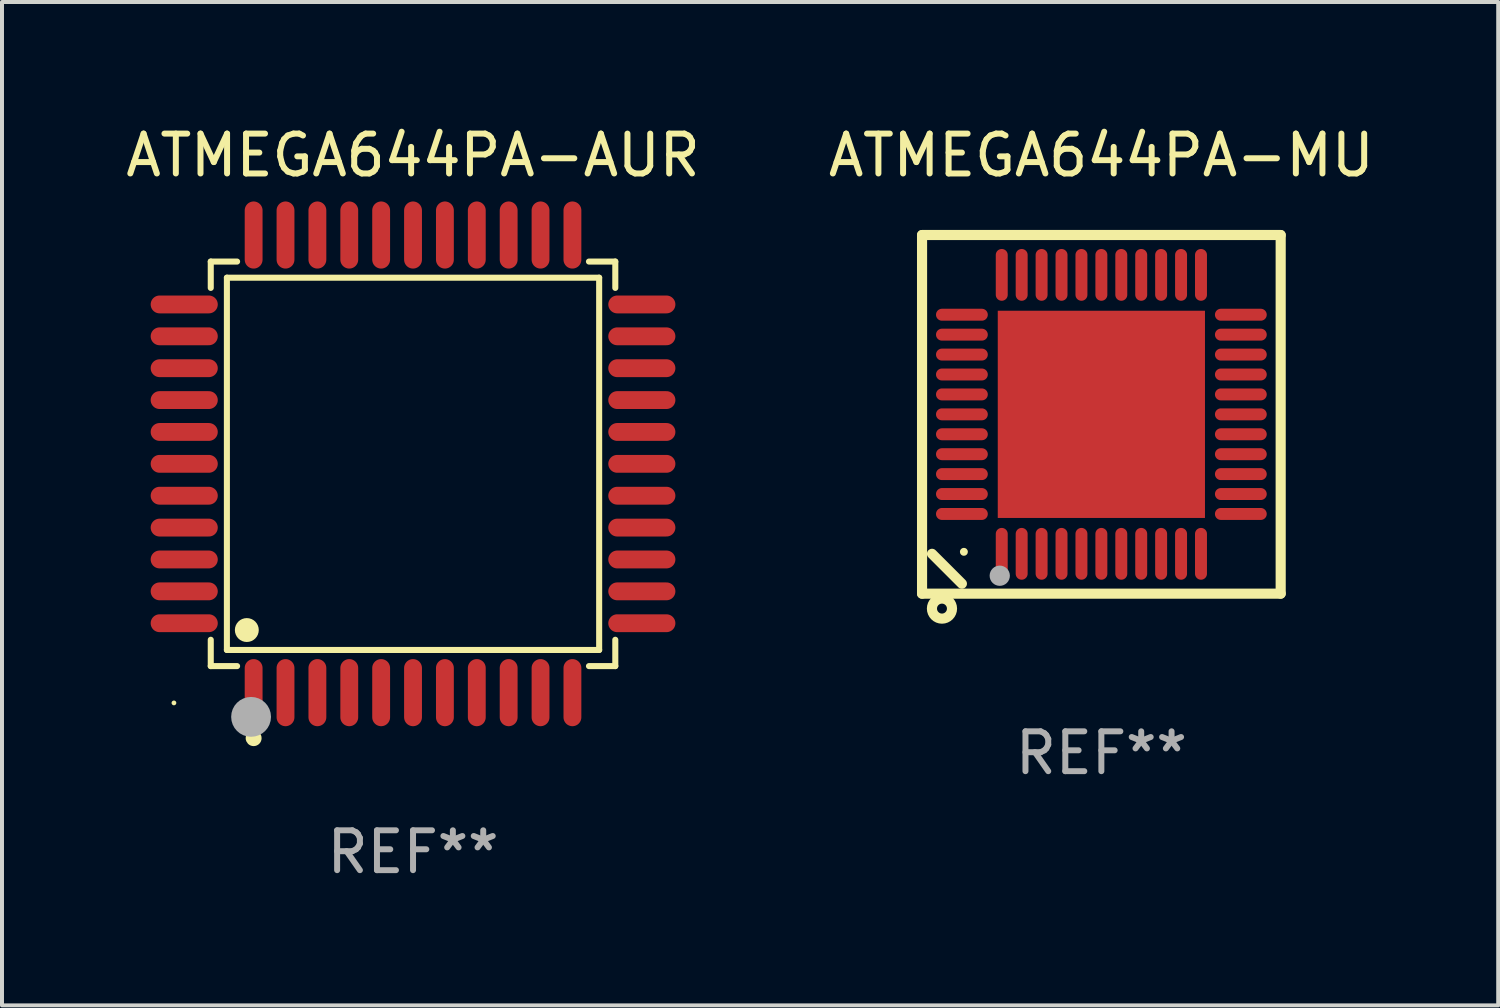
<source format=kicad_pcb>
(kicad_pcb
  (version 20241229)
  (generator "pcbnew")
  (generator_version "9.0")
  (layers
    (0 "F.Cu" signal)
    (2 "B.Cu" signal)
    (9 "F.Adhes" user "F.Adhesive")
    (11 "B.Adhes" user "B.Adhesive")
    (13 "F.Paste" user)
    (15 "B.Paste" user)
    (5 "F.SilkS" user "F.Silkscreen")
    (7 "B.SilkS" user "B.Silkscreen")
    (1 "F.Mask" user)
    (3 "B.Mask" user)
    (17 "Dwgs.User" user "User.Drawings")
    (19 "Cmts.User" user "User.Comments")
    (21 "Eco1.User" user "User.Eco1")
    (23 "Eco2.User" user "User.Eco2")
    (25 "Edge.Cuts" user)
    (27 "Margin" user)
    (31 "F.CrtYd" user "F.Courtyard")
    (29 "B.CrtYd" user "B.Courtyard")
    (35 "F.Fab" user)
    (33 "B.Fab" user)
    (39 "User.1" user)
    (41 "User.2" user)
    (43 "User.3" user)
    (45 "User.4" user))
  (footprint "ATMEGA644PA-MU"
    (layer "F.Cu")
    (at 24.589 7.348)
    (property "Reference" "ATMEGA644PA-MU" (at 0 -6.5 0) (layer "F.SilkS") (effects (font (size 1 1) (thickness 0.15))))
    (attr through_hole)
    (fp_line (start -4.5 -4.5) (end -4.5 4.5) (stroke (width 0.254) (type solid)) (layer "F.SilkS"))
    (fp_line (start -4.5 4.5) (end 4.5 4.5) (stroke (width 0.254) (type solid)) (layer "F.SilkS"))
    (fp_line (start -3.5 4.25) (end -4.25 3.5) (stroke (width 0.254) (type solid)) (layer "F.SilkS"))
    (fp_line (start 4.5 -4.5) (end -4.5 -4.5) (stroke (width 0.254) (type solid)) (layer "F.SilkS"))
    (fp_line (start 4.5 4.5) (end 4.5 -4.5) (stroke (width 0.254) (type solid)) (layer "F.SilkS"))
    (fp_circle (center -4 4.875) (end -3.875 4.875) (stroke (width 0.254) (type solid)) (fill no) (layer "F.SilkS"))
    (fp_circle (center -3.45 3.45) (end -3.4 3.45) (stroke (width 0.1) (type solid)) (fill no) (layer "F.SilkS"))
    (fp_circle (center -2.55 4.05) (end -2.423 4.05) (stroke (width 0.254) (type solid)) (fill no) (layer "F.Fab"))
    (fp_text user "REF**" (at 0 8.5 0) (layer "F.Fab") (effects (font (size 1 1) (thickness 0.15))))
    (pad "1" smd oval (at -2.5 3.5 90) (size 1.3 0.3) (layers "F.Cu" "F.Mask" "F.Paste"))
    (pad "2" smd oval (at -2 3.5 90) (size 1.3 0.3) (layers "F.Cu" "F.Mask" "F.Paste"))
    (pad "3" smd oval (at -1.5 3.5 90) (size 1.3 0.3) (layers "F.Cu" "F.Mask" "F.Paste"))
    (pad "4" smd oval (at -1 3.5 90) (size 1.3 0.3) (layers "F.Cu" "F.Mask" "F.Paste"))
    (pad "5" smd oval (at -0.5 3.5 90) (size 1.3 0.3) (layers "F.Cu" "F.Mask" "F.Paste"))
    (pad "6" smd oval (at 0.000025 3.5 90) (size 1.3 0.3) (layers "F.Cu" "F.Mask" "F.Paste"))
    (pad "7" smd oval (at 0.5 3.5 90) (size 1.3 0.3) (layers "F.Cu" "F.Mask" "F.Paste"))
    (pad "8" smd oval (at 1 3.5 90) (size 1.3 0.3) (layers "F.Cu" "F.Mask" "F.Paste"))
    (pad "9" smd oval (at 1.5 3.5 90) (size 1.3 0.3) (layers "F.Cu" "F.Mask" "F.Paste"))
    (pad "10" smd oval (at 2 3.5 90) (size 1.3 0.3) (layers "F.Cu" "F.Mask" "F.Paste"))
    (pad "11" smd oval (at 2.5 3.5 90) (size 1.3 0.3) (layers "F.Cu" "F.Mask" "F.Paste"))
    (pad "12" smd oval (at 3.5 2.5 90) (size 0.3 1.3) (layers "F.Cu" "F.Mask" "F.Paste"))
    (pad "13" smd oval (at 3.5 2 90) (size 0.3 1.3) (layers "F.Cu" "F.Mask" "F.Paste"))
    (pad "14" smd oval (at 3.5 1.5 90) (size 0.3 1.3) (layers "F.Cu" "F.Mask" "F.Paste"))
    (pad "15" smd oval (at 3.5 1 90) (size 0.3 1.3) (layers "F.Cu" "F.Mask" "F.Paste"))
    (pad "16" smd oval (at 3.5 0.5 90) (size 0.3 1.3) (layers "F.Cu" "F.Mask" "F.Paste"))
    (pad "17" smd oval (at 3.5 0.000025 90) (size 0.3 1.3) (layers "F.Cu" "F.Mask" "F.Paste"))
    (pad "18" smd oval (at 3.5 -0.5 90) (size 0.3 1.3) (layers "F.Cu" "F.Mask" "F.Paste"))
    (pad "19" smd oval (at 3.5 -1 90) (size 0.3 1.3) (layers "F.Cu" "F.Mask" "F.Paste"))
    (pad "20" smd oval (at 3.5 -1.5 90) (size 0.3 1.3) (layers "F.Cu" "F.Mask" "F.Paste"))
    (pad "21" smd oval (at 3.5 -2 90) (size 0.3 1.3) (layers "F.Cu" "F.Mask" "F.Paste"))
    (pad "22" smd oval (at 3.5 -2.5 90) (size 0.3 1.3) (layers "F.Cu" "F.Mask" "F.Paste"))
    (pad "23" smd oval (at 2.5 -3.5 90) (size 1.3 0.3) (layers "F.Cu" "F.Mask" "F.Paste"))
    (pad "24" smd oval (at 2 -3.5 90) (size 1.3 0.3) (layers "F.Cu" "F.Mask" "F.Paste"))
    (pad "25" smd oval (at 1.5 -3.5 90) (size 1.3 0.3) (layers "F.Cu" "F.Mask" "F.Paste"))
    (pad "26" smd oval (at 1 -3.5 90) (size 1.3 0.3) (layers "F.Cu" "F.Mask" "F.Paste"))
    (pad "27" smd oval (at 0.5 -3.5 90) (size 1.3 0.3) (layers "F.Cu" "F.Mask" "F.Paste"))
    (pad "28" smd oval (at 0.000025 -3.5 90) (size 1.3 0.3) (layers "F.Cu" "F.Mask" "F.Paste"))
    (pad "29" smd oval (at -0.5 -3.5 90) (size 1.3 0.3) (layers "F.Cu" "F.Mask" "F.Paste"))
    (pad "30" smd oval (at -1 -3.5 90) (size 1.3 0.3) (layers "F.Cu" "F.Mask" "F.Paste"))
    (pad "31" smd oval (at -1.5 -3.5 90) (size 1.3 0.3) (layers "F.Cu" "F.Mask" "F.Paste"))
    (pad "32" smd oval (at -2 -3.5 90) (size 1.3 0.3) (layers "F.Cu" "F.Mask" "F.Paste"))
    (pad "33" smd oval (at -2.5 -3.5 90) (size 1.3 0.3) (layers "F.Cu" "F.Mask" "F.Paste"))
    (pad "34" smd oval (at -3.5 -2.5 90) (size 0.3 1.3) (layers "F.Cu" "F.Mask" "F.Paste"))
    (pad "35" smd oval (at -3.5 -2 90) (size 0.3 1.3) (layers "F.Cu" "F.Mask" "F.Paste"))
    (pad "36" smd oval (at -3.5 -1.5 90) (size 0.3 1.3) (layers "F.Cu" "F.Mask" "F.Paste"))
    (pad "37" smd oval (at -3.5 -1 90) (size 0.3 1.3) (layers "F.Cu" "F.Mask" "F.Paste"))
    (pad "38" smd oval (at -3.5 -0.5 90) (size 0.3 1.3) (layers "F.Cu" "F.Mask" "F.Paste"))
    (pad "39" smd oval (at -3.5 0.000025 90) (size 0.3 1.3) (layers "F.Cu" "F.Mask" "F.Paste"))
    (pad "40" smd oval (at -3.5 0.5 90) (size 0.3 1.3) (layers "F.Cu" "F.Mask" "F.Paste"))
    (pad "41" smd oval (at -3.5 1 90) (size 0.3 1.3) (layers "F.Cu" "F.Mask" "F.Paste"))
    (pad "42" smd oval (at -3.5 1.5 90) (size 0.3 1.3) (layers "F.Cu" "F.Mask" "F.Paste"))
    (pad "43" smd oval (at -3.5 2 90) (size 0.3 1.3) (layers "F.Cu" "F.Mask" "F.Paste"))
    (pad "44" smd oval (at -3.5 2.5 90) (size 0.3 1.3) (layers "F.Cu" "F.Mask" "F.Paste"))
    (pad "45" smd rect (at 0.000025 0.000025 90) (size 5.2 5.2) (layers "F.Cu" "F.Mask" "F.Paste")))
  (footprint "ATMEGA644PA-AUR"
    (layer "F.Cu")
    (at 7.315 8.59)
    (property "Reference" "ATMEGA644PA-AUR" (at 0 -7.742 0) (layer "F.SilkS") (effects (font (size 1 1) (thickness 0.15))))
    (attr through_hole)
    (fp_line (start -5.076 -5.076) (end -4.415 -5.076) (stroke (width 0.152) (type solid)) (layer "F.SilkS"))
    (fp_line (start -5.076 -4.415) (end -5.076 -5.076) (stroke (width 0.152) (type solid)) (layer "F.SilkS"))
    (fp_line (start -5.076 4.415) (end -5.076 5.076) (stroke (width 0.152) (type solid)) (layer "F.SilkS"))
    (fp_line (start -5.076 5.076) (end -4.415 5.076) (stroke (width 0.152) (type solid)) (layer "F.SilkS"))
    (fp_line (start -4.671 -4.671) (end 4.671 -4.671) (stroke (width 0.152) (type solid)) (layer "F.SilkS"))
    (fp_line (start -4.671 4.671) (end -4.671 -4.671) (stroke (width 0.152) (type solid)) (layer "F.SilkS"))
    (fp_line (start 4.671 -4.671) (end 4.671 4.671) (stroke (width 0.152) (type solid)) (layer "F.SilkS"))
    (fp_line (start 4.671 4.671) (end -4.671 4.671) (stroke (width 0.152) (type solid)) (layer "F.SilkS"))
    (fp_line (start 5.076 -5.076) (end 4.415 -5.076) (stroke (width 0.152) (type solid)) (layer "F.SilkS"))
    (fp_line (start 5.076 -4.415) (end 5.076 -5.076) (stroke (width 0.152) (type solid)) (layer "F.SilkS"))
    (fp_line (start 5.076 4.415) (end 5.076 5.076) (stroke (width 0.152) (type solid)) (layer "F.SilkS"))
    (fp_line (start 5.076 5.076) (end 4.415 5.076) (stroke (width 0.152) (type solid)) (layer "F.SilkS"))
    (fp_circle (center -6 6) (end -5.97 6) (stroke (width 0.06) (type solid)) (fill no) (layer "F.SilkS"))
    (fp_circle (center -4.171 4.171) (end -4.021 4.171) (stroke (width 0.3) (type solid)) (fill no) (layer "F.SilkS"))
    (fp_circle (center -4 6.884) (end -3.9 6.884) (stroke (width 0.2) (type solid)) (fill no) (layer "F.SilkS"))
    (fp_circle (center -4.064 6.35) (end -3.814 6.35) (stroke (width 0.5) (type solid)) (fill no) (layer "F.Fab"))
    (fp_text user "REF**" (at 0 9.742 0) (layer "F.Fab") (effects (font (size 1 1) (thickness 0.15))))
    (pad "1" smd oval (at -4 5.742) (size 0.448 1.684) (layers "F.Cu" "F.Mask" "F.Paste"))
    (pad "2" smd oval (at -3.2 5.742) (size 0.448 1.684) (layers "F.Cu" "F.Mask" "F.Paste"))
    (pad "3" smd oval (at -2.4 5.742) (size 0.448 1.684) (layers "F.Cu" "F.Mask" "F.Paste"))
    (pad "4" smd oval (at -1.6 5.742) (size 0.448 1.684) (layers "F.Cu" "F.Mask" "F.Paste"))
    (pad "5" smd oval (at -0.8 5.742) (size 0.448 1.684) (layers "F.Cu" "F.Mask" "F.Paste"))
    (pad "6" smd oval (at 0 5.742) (size 0.448 1.684) (layers "F.Cu" "F.Mask" "F.Paste"))
    (pad "7" smd oval (at 0.8 5.742) (size 0.448 1.684) (layers "F.Cu" "F.Mask" "F.Paste"))
    (pad "8" smd oval (at 1.6 5.742) (size 0.448 1.684) (layers "F.Cu" "F.Mask" "F.Paste"))
    (pad "9" smd oval (at 2.4 5.742) (size 0.448 1.684) (layers "F.Cu" "F.Mask" "F.Paste"))
    (pad "10" smd oval (at 3.2 5.742) (size 0.448 1.684) (layers "F.Cu" "F.Mask" "F.Paste"))
    (pad "11" smd oval (at 4 5.742) (size 0.448 1.684) (layers "F.Cu" "F.Mask" "F.Paste"))
    (pad "12" smd oval (at 5.742 4) (size 1.684 0.448) (layers "F.Cu" "F.Mask" "F.Paste"))
    (pad "13" smd oval (at 5.742 3.2) (size 1.684 0.448) (layers "F.Cu" "F.Mask" "F.Paste"))
    (pad "14" smd oval (at 5.742 2.4) (size 1.684 0.448) (layers "F.Cu" "F.Mask" "F.Paste"))
    (pad "15" smd oval (at 5.742 1.6) (size 1.684 0.448) (layers "F.Cu" "F.Mask" "F.Paste"))
    (pad "16" smd oval (at 5.742 0.8) (size 1.684 0.448) (layers "F.Cu" "F.Mask" "F.Paste"))
    (pad "17" smd oval (at 5.742 0) (size 1.684 0.448) (layers "F.Cu" "F.Mask" "F.Paste"))
    (pad "18" smd oval (at 5.742 -0.8) (size 1.684 0.448) (layers "F.Cu" "F.Mask" "F.Paste"))
    (pad "19" smd oval (at 5.742 -1.6) (size 1.684 0.448) (layers "F.Cu" "F.Mask" "F.Paste"))
    (pad "20" smd oval (at 5.742 -2.4) (size 1.684 0.448) (layers "F.Cu" "F.Mask" "F.Paste"))
    (pad "21" smd oval (at 5.742 -3.2) (size 1.684 0.448) (layers "F.Cu" "F.Mask" "F.Paste"))
    (pad "22" smd oval (at 5.742 -4) (size 1.684 0.448) (layers "F.Cu" "F.Mask" "F.Paste"))
    (pad "23" smd oval (at 4 -5.742) (size 0.448 1.684) (layers "F.Cu" "F.Mask" "F.Paste"))
    (pad "24" smd oval (at 3.2 -5.742) (size 0.448 1.684) (layers "F.Cu" "F.Mask" "F.Paste"))
    (pad "25" smd oval (at 2.4 -5.742) (size 0.448 1.684) (layers "F.Cu" "F.Mask" "F.Paste"))
    (pad "26" smd oval (at 1.6 -5.742) (size 0.448 1.684) (layers "F.Cu" "F.Mask" "F.Paste"))
    (pad "27" smd oval (at 0.8 -5.742) (size 0.448 1.684) (layers "F.Cu" "F.Mask" "F.Paste"))
    (pad "28" smd oval (at 0 -5.742) (size 0.448 1.684) (layers "F.Cu" "F.Mask" "F.Paste"))
    (pad "29" smd oval (at -0.8 -5.742) (size 0.448 1.684) (layers "F.Cu" "F.Mask" "F.Paste"))
    (pad "30" smd oval (at -1.6 -5.742) (size 0.448 1.684) (layers "F.Cu" "F.Mask" "F.Paste"))
    (pad "31" smd oval (at -2.4 -5.742) (size 0.448 1.684) (layers "F.Cu" "F.Mask" "F.Paste"))
    (pad "32" smd oval (at -3.2 -5.742) (size 0.448 1.684) (layers "F.Cu" "F.Mask" "F.Paste"))
    (pad "33" smd oval (at -4 -5.742) (size 0.448 1.684) (layers "F.Cu" "F.Mask" "F.Paste"))
    (pad "34" smd oval (at -5.742 -4) (size 1.684 0.448) (layers "F.Cu" "F.Mask" "F.Paste"))
    (pad "35" smd oval (at -5.742 -3.2) (size 1.684 0.448) (layers "F.Cu" "F.Mask" "F.Paste"))
    (pad "36" smd oval (at -5.742 -2.4) (size 1.684 0.448) (layers "F.Cu" "F.Mask" "F.Paste"))
    (pad "37" smd oval (at -5.742 -1.6) (size 1.684 0.448) (layers "F.Cu" "F.Mask" "F.Paste"))
    (pad "38" smd oval (at -5.742 -0.8) (size 1.684 0.448) (layers "F.Cu" "F.Mask" "F.Paste"))
    (pad "39" smd oval (at -5.742 0) (size 1.684 0.448) (layers "F.Cu" "F.Mask" "F.Paste"))
    (pad "40" smd oval (at -5.742 0.8) (size 1.684 0.448) (layers "F.Cu" "F.Mask" "F.Paste"))
    (pad "41" smd oval (at -5.742 1.6) (size 1.684 0.448) (layers "F.Cu" "F.Mask" "F.Paste"))
    (pad "42" smd oval (at -5.742 2.4) (size 1.684 0.448) (layers "F.Cu" "F.Mask" "F.Paste"))
    (pad "43" smd oval (at -5.742 3.2) (size 1.684 0.448) (layers "F.Cu" "F.Mask" "F.Paste"))
    (pad "44" smd oval (at -5.742 4) (size 1.684 0.448) (layers "F.Cu" "F.Mask" "F.Paste")))
  (gr_rect
    (start -3 -3)
    (end 34.548 22.18)
    (stroke (width 0.1) (type default))
    (fill no)
    (layer "Edge.Cuts")))
</source>
